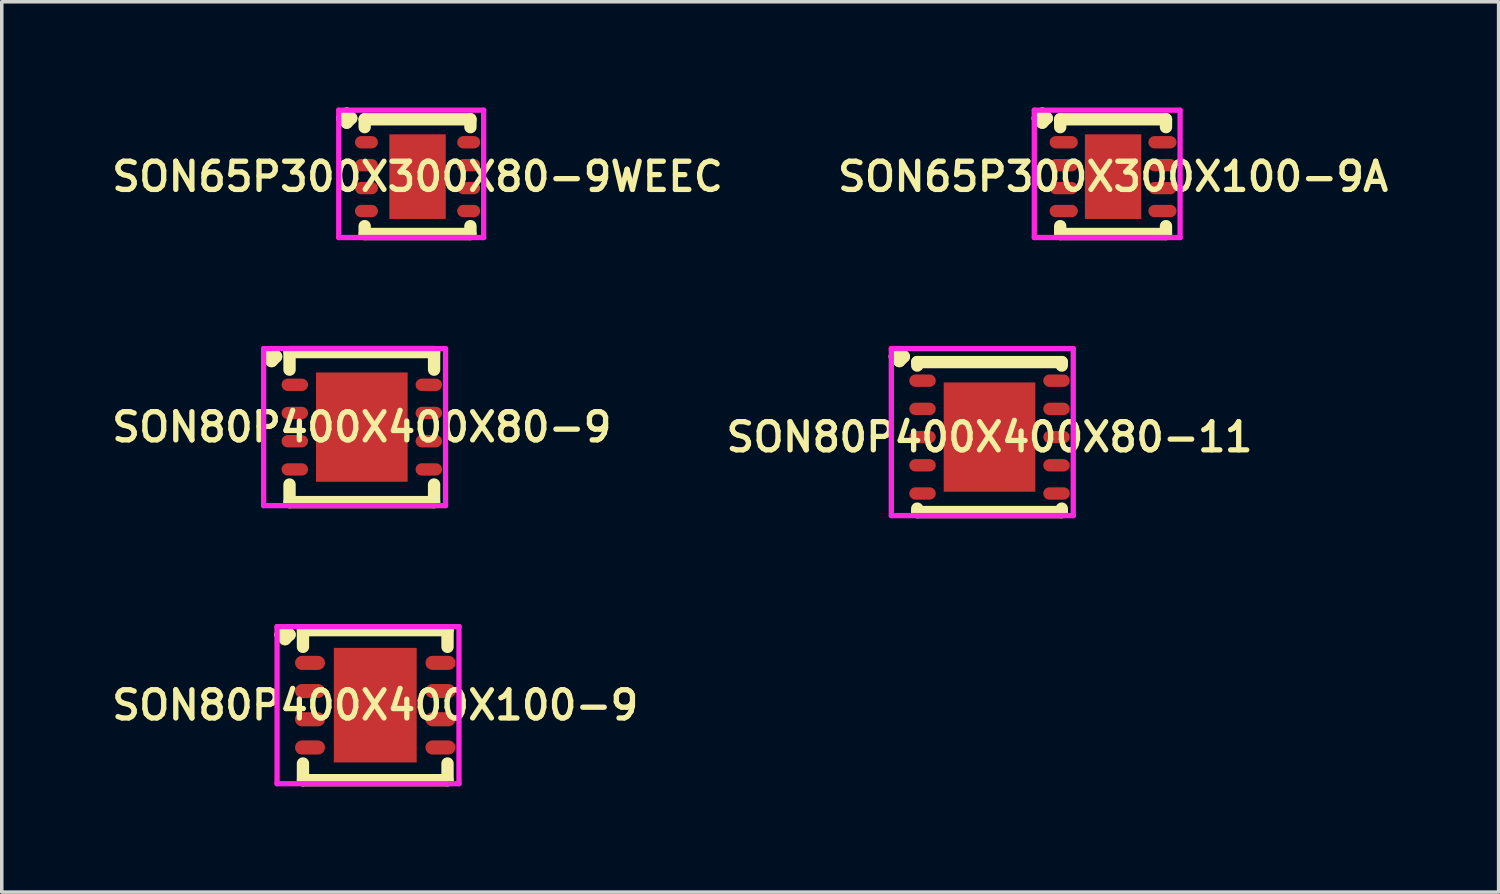
<source format=kicad_pcb>
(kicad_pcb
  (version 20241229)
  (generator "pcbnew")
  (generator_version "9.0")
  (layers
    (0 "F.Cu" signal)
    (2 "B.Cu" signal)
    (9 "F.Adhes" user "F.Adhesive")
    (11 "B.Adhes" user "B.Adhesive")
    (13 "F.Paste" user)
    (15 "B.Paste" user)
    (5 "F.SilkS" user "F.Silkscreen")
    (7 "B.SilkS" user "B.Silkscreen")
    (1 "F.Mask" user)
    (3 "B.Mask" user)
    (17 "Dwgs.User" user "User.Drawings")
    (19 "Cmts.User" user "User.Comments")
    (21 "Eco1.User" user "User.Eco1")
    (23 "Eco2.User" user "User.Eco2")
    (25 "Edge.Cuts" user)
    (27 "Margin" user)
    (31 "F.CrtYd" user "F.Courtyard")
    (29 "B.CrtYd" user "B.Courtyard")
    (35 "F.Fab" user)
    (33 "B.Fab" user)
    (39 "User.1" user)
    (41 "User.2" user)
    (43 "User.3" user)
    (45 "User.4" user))
  (footprint "SON80P400X400X100-9"
    (layer "F.Cu")
    (at 7.593 16.951)
    (property "Reference" "SON80P400X400X100-9" (at 0 0 0) (layer "F.SilkS") (effects (font (size 0.8 0.8) (thickness 0.15))))
    (attr smd)
    (fp_line (start -2.685 -2) (end -2.558 -2.127) (stroke (width 0.35) (type solid)) (layer "F.SilkS"))
    (fp_line (start -2.558 -2.127) (end -2.431 -2) (stroke (width 0.35) (type solid)) (layer "F.SilkS"))
    (fp_line (start -2.558 -1.873) (end -2.685 -2) (stroke (width 0.35) (type solid)) (layer "F.SilkS"))
    (fp_line (start -2.431 -2) (end -2.558 -1.873) (stroke (width 0.35) (type solid)) (layer "F.SilkS"))
    (fp_line (start -2.05 -2.127) (end 2.05 -2.127) (stroke (width 0.35) (type solid)) (layer "F.SilkS"))
    (fp_line (start -2.05 -1.654) (end -2.05 -2.127) (stroke (width 0.35) (type solid)) (layer "F.SilkS"))
    (fp_line (start -2.05 1.654) (end -2.05 2.127) (stroke (width 0.35) (type solid)) (layer "F.SilkS"))
    (fp_line (start -2.05 2.127) (end 2.05 2.127) (stroke (width 0.35) (type solid)) (layer "F.SilkS"))
    (fp_line (start 2.05 -2.127) (end 2.05 -1.654) (stroke (width 0.35) (type solid)) (layer "F.SilkS"))
    (fp_line (start 2.05 2.127) (end 2.05 1.654) (stroke (width 0.35) (type solid)) (layer "F.SilkS"))
    (fp_line (start -2.785 -2.227) (end 2.375 -2.227) (stroke (width 0.15) (type solid)) (layer "F.CrtYd"))
    (fp_line (start -2.785 2.227) (end -2.785 -2.227) (stroke (width 0.15) (type solid)) (layer "F.CrtYd"))
    (fp_line (start 2.375 -2.227) (end 2.375 2.227) (stroke (width 0.15) (type solid)) (layer "F.CrtYd"))
    (fp_line (start 2.375 2.227) (end -2.785 2.227) (stroke (width 0.15) (type solid)) (layer "F.CrtYd"))
    (pad "1" smd oval (at -1.85 -1.2) (size 0.85 0.4) (layers "F.Cu" "F.Mask" "F.Paste"))
    (pad "2" smd oval (at -1.85 -0.4) (size 0.85 0.4) (layers "F.Cu" "F.Mask" "F.Paste"))
    (pad "3" smd oval (at -1.85 0.4) (size 0.85 0.4) (layers "F.Cu" "F.Mask" "F.Paste"))
    (pad "4" smd oval (at -1.85 1.2) (size 0.85 0.4) (layers "F.Cu" "F.Mask" "F.Paste"))
    (pad "5" smd oval (at 1.85 1.2) (size 0.85 0.4) (layers "F.Cu" "F.Mask" "F.Paste"))
    (pad "6" smd oval (at 1.85 0.4) (size 0.85 0.4) (layers "F.Cu" "F.Mask" "F.Paste"))
    (pad "7" smd oval (at 1.85 -0.4) (size 0.85 0.4) (layers "F.Cu" "F.Mask" "F.Paste"))
    (pad "8" smd oval (at 1.85 -1.2) (size 0.85 0.4) (layers "F.Cu" "F.Mask" "F.Paste"))
    (pad "9" smd rect (at 0 0) (size 2.35 3.25) (layers "F.Cu" "F.Mask" "F.Paste")))
  (footprint "SON65P300X300X100-9A"
    (layer "F.Cu")
    (at 28.521 1.96)
    (property "Reference" "SON65P300X300X100-9A" (at 0 0 0) (layer "F.SilkS") (effects (font (size 0.8 0.8) (thickness 0.15))))
    (attr through_hole)
    (fp_line (start -2.135 -1.658) (end -2.008 -1.785) (stroke (width 0.35) (type solid)) (layer "F.SilkS"))
    (fp_line (start -2.008 -1.785) (end -1.881 -1.658) (stroke (width 0.35) (type solid)) (layer "F.SilkS"))
    (fp_line (start -2.008 -1.531) (end -2.135 -1.658) (stroke (width 0.35) (type solid)) (layer "F.SilkS"))
    (fp_line (start -1.881 -1.658) (end -2.008 -1.531) (stroke (width 0.35) (type solid)) (layer "F.SilkS"))
    (fp_line (start -1.5 -1.627) (end 1.5 -1.627) (stroke (width 0.35) (type solid)) (layer "F.SilkS"))
    (fp_line (start -1.5 -1.404) (end -1.5 -1.627) (stroke (width 0.35) (type solid)) (layer "F.SilkS"))
    (fp_line (start -1.5 1.404) (end -1.5 1.627) (stroke (width 0.35) (type solid)) (layer "F.SilkS"))
    (fp_line (start -1.5 1.627) (end 1.5 1.627) (stroke (width 0.35) (type solid)) (layer "F.SilkS"))
    (fp_line (start 1.5 -1.627) (end 1.5 -1.404) (stroke (width 0.35) (type solid)) (layer "F.SilkS"))
    (fp_line (start 1.5 1.627) (end 1.5 1.404) (stroke (width 0.35) (type solid)) (layer "F.SilkS"))
    (fp_line (start -2.235 -1.885) (end 1.9 -1.885) (stroke (width 0.15) (type solid)) (layer "F.CrtYd"))
    (fp_line (start -2.235 1.727) (end -2.235 -1.885) (stroke (width 0.15) (type solid)) (layer "F.CrtYd"))
    (fp_line (start 1.9 -1.885) (end 1.9 1.727) (stroke (width 0.15) (type solid)) (layer "F.CrtYd"))
    (fp_line (start 1.9 1.727) (end -2.235 1.727) (stroke (width 0.15) (type solid)) (layer "F.CrtYd"))
    (pad "1" smd oval (at -1.4 -0.975) (size 0.8 0.35) (layers "F.Cu" "F.Mask" "F.Paste"))
    (pad "2" smd oval (at -1.4 -0.325) (size 0.8 0.35) (layers "F.Cu" "F.Mask" "F.Paste"))
    (pad "3" smd oval (at -1.4 0.325) (size 0.8 0.35) (layers "F.Cu" "F.Mask" "F.Paste"))
    (pad "4" smd oval (at -1.4 0.975) (size 0.8 0.35) (layers "F.Cu" "F.Mask" "F.Paste"))
    (pad "5" smd oval (at 1.4 0.975) (size 0.8 0.35) (layers "F.Cu" "F.Mask" "F.Paste"))
    (pad "6" smd oval (at 1.4 0.325) (size 0.8 0.35) (layers "F.Cu" "F.Mask" "F.Paste"))
    (pad "7" smd oval (at 1.4 -0.325) (size 0.8 0.35) (layers "F.Cu" "F.Mask" "F.Paste"))
    (pad "8" smd oval (at 1.4 -0.975) (size 0.8 0.35) (layers "F.Cu" "F.Mask" "F.Paste"))
    (pad "9" smd rect (at 0 0) (size 1.6 2.4) (layers "F.Cu" "F.Mask" "F.Paste")))
  (footprint "SON80P400X400X80-9"
    (layer "F.Cu")
    (at 7.212 9.064)
    (property "Reference" "SON80P400X400X80-9" (at 0 0 0) (layer "F.SilkS") (effects (font (size 0.8 0.8) (thickness 0.15))))
    (attr smd)
    (fp_line (start -2.685 -2) (end -2.558 -2.127) (stroke (width 0.35) (type solid)) (layer "F.SilkS"))
    (fp_line (start -2.558 -2.127) (end -2.431 -2) (stroke (width 0.35) (type solid)) (layer "F.SilkS"))
    (fp_line (start -2.558 -1.873) (end -2.685 -2) (stroke (width 0.35) (type solid)) (layer "F.SilkS"))
    (fp_line (start -2.431 -2) (end -2.558 -1.873) (stroke (width 0.35) (type solid)) (layer "F.SilkS"))
    (fp_line (start -2.05 -2.127) (end 2.05 -2.127) (stroke (width 0.35) (type solid)) (layer "F.SilkS"))
    (fp_line (start -2.05 -1.629) (end -2.05 -2.127) (stroke (width 0.35) (type solid)) (layer "F.SilkS"))
    (fp_line (start -2.05 1.629) (end -2.05 2.127) (stroke (width 0.35) (type solid)) (layer "F.SilkS"))
    (fp_line (start -2.05 2.127) (end 2.05 2.127) (stroke (width 0.35) (type solid)) (layer "F.SilkS"))
    (fp_line (start 2.05 -2.127) (end 2.05 -1.629) (stroke (width 0.35) (type solid)) (layer "F.SilkS"))
    (fp_line (start 2.05 2.127) (end 2.05 1.629) (stroke (width 0.35) (type solid)) (layer "F.SilkS"))
    (fp_line (start -2.785 -2.227) (end 2.375 -2.227) (stroke (width 0.15) (type solid)) (layer "F.CrtYd"))
    (fp_line (start -2.785 2.227) (end -2.785 -2.227) (stroke (width 0.15) (type solid)) (layer "F.CrtYd"))
    (fp_line (start 2.375 -2.227) (end 2.375 2.227) (stroke (width 0.15) (type solid)) (layer "F.CrtYd"))
    (fp_line (start 2.375 2.227) (end -2.785 2.227) (stroke (width 0.15) (type solid)) (layer "F.CrtYd"))
    (pad "1" smd oval (at -1.9 -1.2) (size 0.75 0.35) (layers "F.Cu" "F.Mask" "F.Paste"))
    (pad "2" smd oval (at -1.9 -0.4) (size 0.75 0.35) (layers "F.Cu" "F.Mask" "F.Paste"))
    (pad "3" smd oval (at -1.9 0.4) (size 0.75 0.35) (layers "F.Cu" "F.Mask" "F.Paste"))
    (pad "4" smd oval (at -1.9 1.2) (size 0.75 0.35) (layers "F.Cu" "F.Mask" "F.Paste"))
    (pad "5" smd oval (at 1.9 1.2) (size 0.75 0.35) (layers "F.Cu" "F.Mask" "F.Paste"))
    (pad "6" smd oval (at 1.9 0.4) (size 0.75 0.35) (layers "F.Cu" "F.Mask" "F.Paste"))
    (pad "7" smd oval (at 1.9 -0.4) (size 0.75 0.35) (layers "F.Cu" "F.Mask" "F.Paste"))
    (pad "8" smd oval (at 1.9 -1.2) (size 0.75 0.35) (layers "F.Cu" "F.Mask" "F.Paste"))
    (pad "9" smd rect (at 0 0) (size 2.6 3.1) (layers "F.Cu" "F.Mask" "F.Paste")))
  (footprint "SON65P300X300X80-9WEEC"
    (layer "F.Cu")
    (at 8.793 1.96)
    (property "Reference" "SON65P300X300X80-9WEEC" (at 0 0 0) (layer "F.SilkS") (effects (font (size 0.8 0.8) (thickness 0.15))))
    (attr smd)
    (fp_line (start -2.135 -1.658) (end -2.008 -1.785) (stroke (width 0.35) (type solid)) (layer "F.SilkS"))
    (fp_line (start -2.008 -1.785) (end -1.881 -1.658) (stroke (width 0.35) (type solid)) (layer "F.SilkS"))
    (fp_line (start -2.008 -1.531) (end -2.135 -1.658) (stroke (width 0.35) (type solid)) (layer "F.SilkS"))
    (fp_line (start -1.881 -1.658) (end -2.008 -1.531) (stroke (width 0.35) (type solid)) (layer "F.SilkS"))
    (fp_line (start -1.5 -1.627) (end 1.5 -1.627) (stroke (width 0.35) (type solid)) (layer "F.SilkS"))
    (fp_line (start -1.5 -1.404) (end -1.5 -1.627) (stroke (width 0.35) (type solid)) (layer "F.SilkS"))
    (fp_line (start -1.5 1.404) (end -1.5 1.627) (stroke (width 0.35) (type solid)) (layer "F.SilkS"))
    (fp_line (start -1.5 1.627) (end 1.5 1.627) (stroke (width 0.35) (type solid)) (layer "F.SilkS"))
    (fp_line (start 1.5 -1.627) (end 1.5 -1.404) (stroke (width 0.35) (type solid)) (layer "F.SilkS"))
    (fp_line (start 1.5 1.627) (end 1.5 1.404) (stroke (width 0.35) (type solid)) (layer "F.SilkS"))
    (fp_line (start -2.235 -1.885) (end 1.875 -1.885) (stroke (width 0.15) (type solid)) (layer "F.CrtYd"))
    (fp_line (start -2.235 1.727) (end -2.235 -1.885) (stroke (width 0.15) (type solid)) (layer "F.CrtYd"))
    (fp_line (start 1.875 -1.885) (end 1.875 1.727) (stroke (width 0.15) (type solid)) (layer "F.CrtYd"))
    (fp_line (start 1.875 1.727) (end -2.235 1.727) (stroke (width 0.15) (type solid)) (layer "F.CrtYd"))
    (pad "1" smd oval (at -1.45 -0.975) (size 0.65 0.35) (layers "F.Cu" "F.Mask" "F.Paste"))
    (pad "2" smd oval (at -1.45 -0.325) (size 0.65 0.35) (layers "F.Cu" "F.Mask" "F.Paste"))
    (pad "3" smd oval (at -1.45 0.325) (size 0.65 0.35) (layers "F.Cu" "F.Mask" "F.Paste"))
    (pad "4" smd oval (at -1.45 0.975) (size 0.65 0.35) (layers "F.Cu" "F.Mask" "F.Paste"))
    (pad "5" smd oval (at 1.45 0.975) (size 0.65 0.35) (layers "F.Cu" "F.Mask" "F.Paste"))
    (pad "6" smd oval (at 1.45 0.325) (size 0.65 0.35) (layers "F.Cu" "F.Mask" "F.Paste"))
    (pad "7" smd oval (at 1.45 -0.325) (size 0.65 0.35) (layers "F.Cu" "F.Mask" "F.Paste"))
    (pad "8" smd oval (at 1.45 -0.975) (size 0.65 0.35) (layers "F.Cu" "F.Mask" "F.Paste"))
    (pad "9" smd rect (at 0 0) (size 1.6 2.4) (layers "F.Cu" "F.Mask" "F.Paste")))
  (footprint "SON80P400X400X80-11"
    (layer "F.Cu")
    (at 25.016 9.347)
    (property "Reference" "SON80P400X400X80-11" (at 0 0 0) (layer "F.SilkS") (effects (font (size 0.8 0.8) (thickness 0.15))))
    (attr through_hole)
    (fp_line (start -2.685 -2.283) (end -2.558 -2.41) (stroke (width 0.35) (type solid)) (layer "F.SilkS"))
    (fp_line (start -2.558 -2.41) (end -2.431 -2.283) (stroke (width 0.35) (type solid)) (layer "F.SilkS"))
    (fp_line (start -2.558 -2.156) (end -2.685 -2.283) (stroke (width 0.35) (type solid)) (layer "F.SilkS"))
    (fp_line (start -2.431 -2.283) (end -2.558 -2.156) (stroke (width 0.35) (type solid)) (layer "F.SilkS"))
    (fp_line (start -2.05 -2.127) (end 2.05 -2.127) (stroke (width 0.35) (type solid)) (layer "F.SilkS"))
    (fp_line (start -2.05 -2.029) (end -2.05 -2.127) (stroke (width 0.35) (type solid)) (layer "F.SilkS"))
    (fp_line (start -2.05 2.029) (end -2.05 2.127) (stroke (width 0.35) (type solid)) (layer "F.SilkS"))
    (fp_line (start -2.05 2.127) (end 2.05 2.127) (stroke (width 0.35) (type solid)) (layer "F.SilkS"))
    (fp_line (start 2.05 -2.127) (end 2.05 -2.029) (stroke (width 0.35) (type solid)) (layer "F.SilkS"))
    (fp_line (start 2.05 2.127) (end 2.05 2.029) (stroke (width 0.35) (type solid)) (layer "F.SilkS"))
    (fp_line (start -2.785 -2.51) (end 2.375 -2.51) (stroke (width 0.15) (type solid)) (layer "F.CrtYd"))
    (fp_line (start -2.785 2.227) (end -2.785 -2.51) (stroke (width 0.15) (type solid)) (layer "F.CrtYd"))
    (fp_line (start 2.375 -2.51) (end 2.375 2.227) (stroke (width 0.15) (type solid)) (layer "F.CrtYd"))
    (fp_line (start 2.375 2.227) (end -2.785 2.227) (stroke (width 0.15) (type solid)) (layer "F.CrtYd"))
    (pad "1" smd oval (at -1.9 -1.6) (size 0.75 0.35) (layers "F.Cu" "F.Mask" "F.Paste"))
    (pad "2" smd oval (at -1.9 -0.8) (size 0.75 0.35) (layers "F.Cu" "F.Mask" "F.Paste"))
    (pad "3" smd oval (at -1.9 0) (size 0.75 0.35) (layers "F.Cu" "F.Mask" "F.Paste"))
    (pad "4" smd oval (at -1.9 0.8) (size 0.75 0.35) (layers "F.Cu" "F.Mask" "F.Paste"))
    (pad "5" smd oval (at -1.9 1.6) (size 0.75 0.35) (layers "F.Cu" "F.Mask" "F.Paste"))
    (pad "6" smd oval (at 1.9 1.6) (size 0.75 0.35) (layers "F.Cu" "F.Mask" "F.Paste"))
    (pad "7" smd oval (at 1.9 0.8) (size 0.75 0.35) (layers "F.Cu" "F.Mask" "F.Paste"))
    (pad "8" smd oval (at 1.9 0) (size 0.75 0.35) (layers "F.Cu" "F.Mask" "F.Paste"))
    (pad "9" smd oval (at 1.9 -0.8) (size 0.75 0.35) (layers "F.Cu" "F.Mask" "F.Paste"))
    (pad "10" smd oval (at 1.9 -1.6) (size 0.75 0.35) (layers "F.Cu" "F.Mask" "F.Paste"))
    (pad "11" smd rect (at 0 0) (size 2.6 3.1) (layers "F.Cu" "F.Mask" "F.Paste")))
  (gr_rect
    (start -3 -3)
    (end 39.456 22.253)
    (stroke (width 0.1) (type default))
    (fill no)
    (layer "Edge.Cuts")))
</source>
